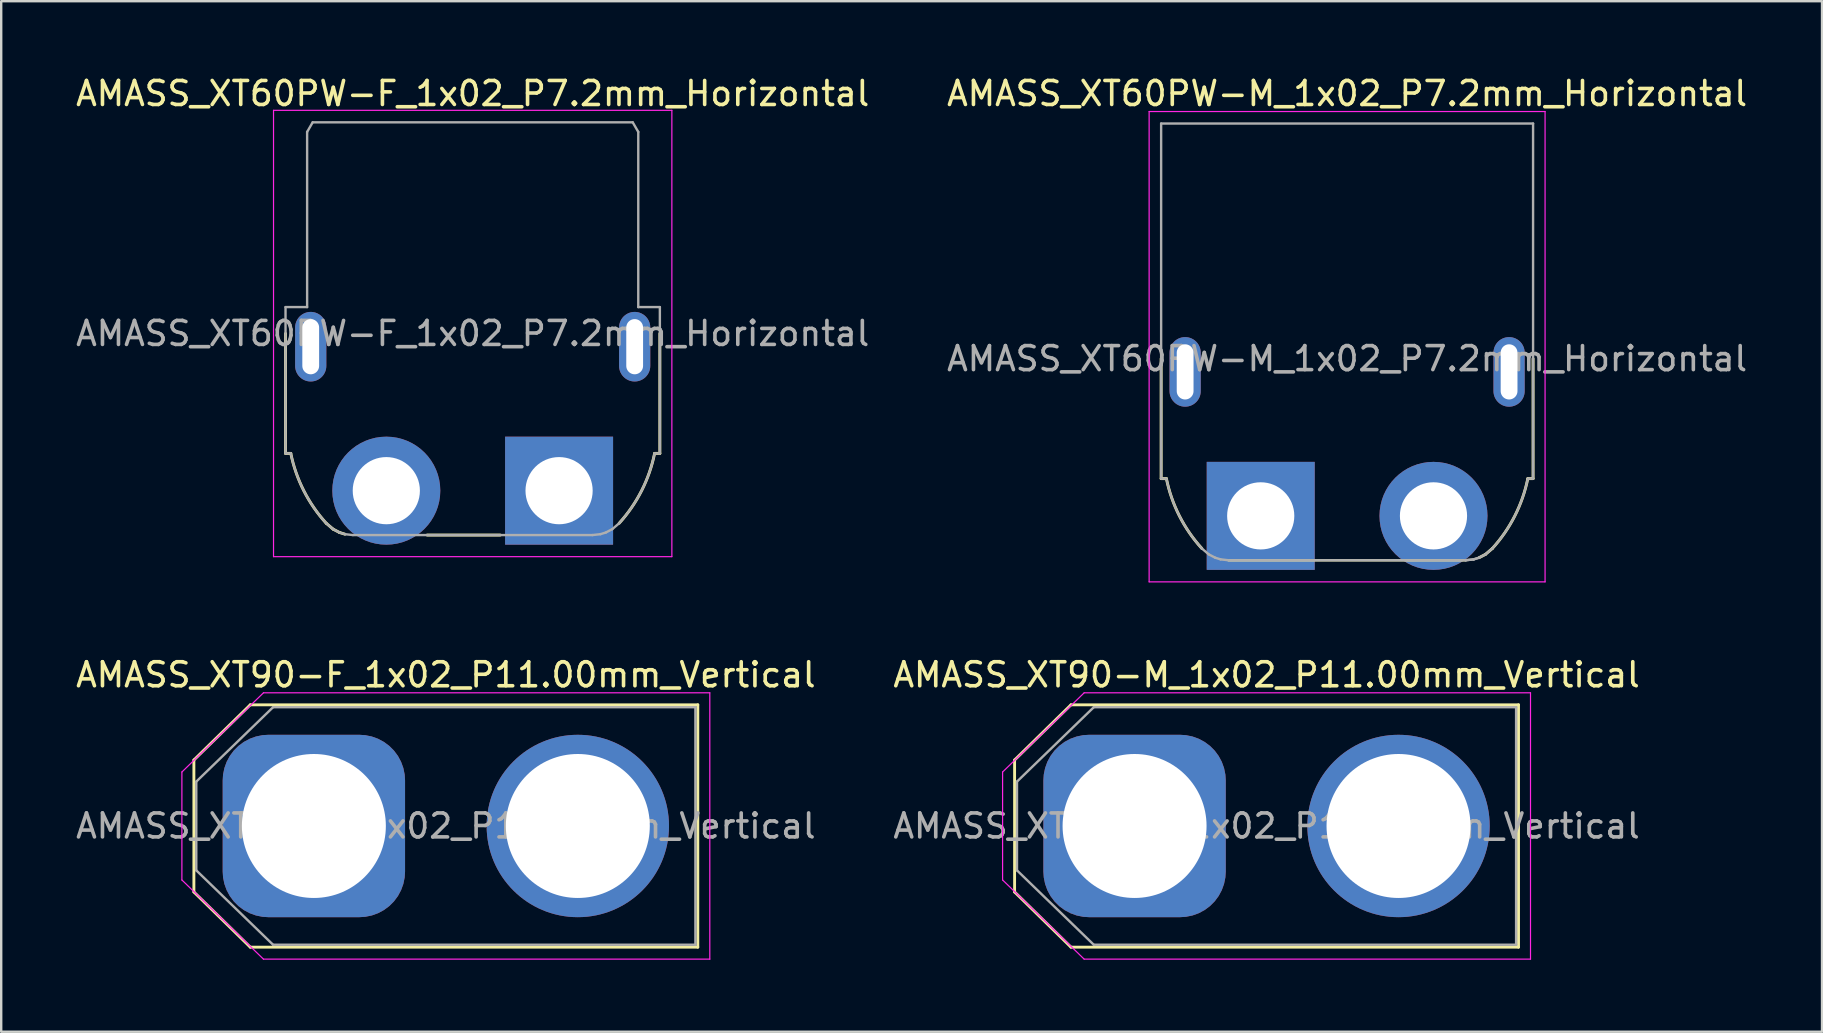
<source format=kicad_pcb>
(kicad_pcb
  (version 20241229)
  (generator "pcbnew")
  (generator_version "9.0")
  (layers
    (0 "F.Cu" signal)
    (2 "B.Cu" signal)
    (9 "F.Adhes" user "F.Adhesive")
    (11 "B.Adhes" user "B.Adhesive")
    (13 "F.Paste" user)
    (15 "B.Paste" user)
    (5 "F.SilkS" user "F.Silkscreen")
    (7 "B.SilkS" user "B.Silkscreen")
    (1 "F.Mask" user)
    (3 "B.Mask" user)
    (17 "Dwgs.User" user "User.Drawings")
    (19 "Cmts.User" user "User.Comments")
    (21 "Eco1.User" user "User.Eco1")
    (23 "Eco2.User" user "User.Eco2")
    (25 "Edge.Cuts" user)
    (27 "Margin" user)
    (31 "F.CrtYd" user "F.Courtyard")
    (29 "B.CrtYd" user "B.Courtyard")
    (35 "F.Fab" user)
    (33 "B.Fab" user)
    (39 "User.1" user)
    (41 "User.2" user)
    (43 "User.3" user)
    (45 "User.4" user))
  (footprint "AMASS_XT60PW-M_1x02_P7.2mm_Horizontal"
    (layer "F.Cu")
    (at 49.489 18.448)
    (property "Reference" "AMASS_XT60PW-M_1x02_P7.2mm_Horizontal" (at 3.6 -17.6 0) (layer "F.SilkS") (effects (font (size 1 1) (thickness 0.15))))
    (attr through_hole)
    (fp_line (start -4.15 -1.553) (end -4.15 -6.55) (stroke (width 0.12) (type solid)) (layer "F.SilkS"))
    (fp_line (start -3.93 -1.553) (end -4.15 -1.553) (stroke (width 0.12) (type solid)) (layer "F.SilkS"))
    (fp_line (start -1.342 1.85) (end 8.542 1.85) (stroke (width 0.1) (type solid)) (layer "F.SilkS"))
    (fp_line (start 9.367 1.603) (end 9.102 1.742) (stroke (width 0.12) (type solid)) (layer "F.SilkS"))
    (fp_line (start 9.654 1.358) (end 9.367 1.603) (stroke (width 0.12) (type solid)) (layer "F.SilkS"))
    (fp_line (start 11.13 -1.553) (end 11.35 -1.553) (stroke (width 0.12) (type solid)) (layer "F.SilkS"))
    (fp_line (start 11.35 -1.553) (end 11.35 -6.55) (stroke (width 0.12) (type solid)) (layer "F.SilkS"))
    (fp_arc (start -2.453678 1.357451) (mid -3.388714 0.002214) (end -3.930286 -1.552668) (stroke (width 0.12) (type solid)) (layer "F.SilkS"))
    (fp_arc (start 11.130243 -1.552453) (mid 10.588618 0.002406) (end 9.653538 1.357607) (stroke (width 0.12) (type solid)) (layer "F.SilkS"))
    (fp_line (start -4.65 -16.85) (end 11.85 -16.85) (stroke (width 0.05) (type solid)) (layer "F.CrtYd"))
    (fp_line (start -4.65 2.75) (end -4.65 -16.85) (stroke (width 0.05) (type solid)) (layer "F.CrtYd"))
    (fp_line (start 11.85 -16.85) (end 11.85 2.75) (stroke (width 0.05) (type solid)) (layer "F.CrtYd"))
    (fp_line (start 11.85 2.75) (end -4.65 2.75) (stroke (width 0.05) (type solid)) (layer "F.CrtYd"))
    (fp_line (start -4.15 -1.553) (end -4.15 -16.35) (stroke (width 0.1) (type solid)) (layer "F.Fab"))
    (fp_line (start -3.93 -1.553) (end -4.15 -1.553) (stroke (width 0.1) (type solid)) (layer "F.Fab"))
    (fp_line (start -2.167 1.603) (end -2.454 1.358) (stroke (width 0.1) (type solid)) (layer "F.Fab"))
    (fp_line (start -1.902 1.742) (end -2.167 1.603) (stroke (width 0.1) (type solid)) (layer "F.Fab"))
    (fp_line (start -1.902 1.742) (end -1.674 1.813) (stroke (width 0.1) (type solid)) (layer "F.Fab"))
    (fp_line (start -1.674 1.813) (end -1.342 1.85) (stroke (width 0.1) (type solid)) (layer "F.Fab"))
    (fp_line (start -1.342 1.85) (end 8.542 1.85) (stroke (width 0.1) (type solid)) (layer "F.Fab"))
    (fp_line (start 8.874 1.813) (end 8.542 1.85) (stroke (width 0.1) (type solid)) (layer "F.Fab"))
    (fp_line (start 8.874 1.813) (end 8.542 1.85) (stroke (width 0.1) (type solid)) (layer "F.Fab"))
    (fp_line (start 9.102 1.742) (end 8.874 1.813) (stroke (width 0.1) (type solid)) (layer "F.Fab"))
    (fp_line (start 9.102 1.742) (end 8.874 1.813) (stroke (width 0.1) (type solid)) (layer "F.Fab"))
    (fp_line (start 9.367 1.603) (end 9.102 1.742) (stroke (width 0.1) (type solid)) (layer "F.Fab"))
    (fp_line (start 9.654 1.358) (end 9.367 1.603) (stroke (width 0.1) (type solid)) (layer "F.Fab"))
    (fp_line (start 11.13 -1.553) (end 11.35 -1.553) (stroke (width 0.1) (type solid)) (layer "F.Fab"))
    (fp_line (start 11.35 -16.35) (end -4.15 -16.35) (stroke (width 0.1) (type solid)) (layer "F.Fab"))
    (fp_line (start 11.35 -16.35) (end 11.35 -1.553) (stroke (width 0.1) (type solid)) (layer "F.Fab"))
    (fp_arc (start -2.453536 1.357606) (mid -3.388666 0.002308) (end -3.930286 -1.552668) (stroke (width 0.1) (type solid)) (layer "F.Fab"))
    (fp_arc (start 11.130254 -1.552509) (mid 10.588631 0.002381) (end 9.653538 1.357607) (stroke (width 0.1) (type solid)) (layer "F.Fab"))
    (fp_text user "${REFERENCE}" (at 3.6 -6.55 0) (layer "F.Fab") (effects (font (size 1 1) (thickness 0.15))))
    (pad "" thru_hole oval (at -3.15 -6 90) (size 2.9 1.3) (drill oval 2.3 0.7) (layers "*.Cu" "*.Mask"))
    (pad "" thru_hole oval (at 10.35 -6 90) (size 2.9 1.3) (drill oval 2.3 0.7) (layers "*.Cu" "*.Mask"))
    (pad "1" thru_hole rect (at 0 0) (size 4.5 4.5) (drill 2.8) (layers "*.Cu" "*.Mask"))
    (pad "2" thru_hole circle (at 7.2 0 90) (size 4.5 4.5) (drill 2.8) (layers "*.Cu" "*.Mask")))
  (footprint "AMASS_XT60PW-F_1x02_P7.2mm_Horizontal"
    (layer "F.Cu")
    (at 20.249 17.398)
    (property "Reference" "AMASS_XT60PW-F_1x02_P7.2mm_Horizontal" (at -3.6 -16.55 0) (layer "F.SilkS") (effects (font (size 1 1) (thickness 0.15))))
    (attr through_hole)
    (fp_line (start -11.4 -6.55) (end -11.4 -1.553) (stroke (width 0.12) (type solid)) (layer "F.SilkS"))
    (fp_line (start -11.4 -1.553) (end -11.18 -1.553) (stroke (width 0.12) (type solid)) (layer "F.SilkS"))
    (fp_line (start -9.417 1.603) (end -9.704 1.358) (stroke (width 0.12) (type solid)) (layer "F.SilkS"))
    (fp_line (start -9.152 1.742) (end -9.417 1.603) (stroke (width 0.12) (type solid)) (layer "F.SilkS"))
    (fp_line (start -9.152 1.742) (end -8.924 1.813) (stroke (width 0.12) (type solid)) (layer "F.SilkS"))
    (fp_line (start -5.5 1.85) (end -2.45 1.85) (stroke (width 0.12) (type solid)) (layer "F.SilkS"))
    (fp_line (start 3.98 -1.553) (end 4.2 -1.553) (stroke (width 0.12) (type solid)) (layer "F.SilkS"))
    (fp_line (start 4.2 -6.55) (end 4.2 -1.553) (stroke (width 0.12) (type solid)) (layer "F.SilkS"))
    (fp_arc (start -9.703679 1.357451) (mid -10.638715 0.002214) (end -11.180287 -1.552668) (stroke (width 0.12) (type solid)) (layer "F.SilkS"))
    (fp_arc (start 3.980242 -1.552453) (mid 3.438617 0.002406) (end 2.503537 1.357607) (stroke (width 0.12) (type solid)) (layer "F.SilkS"))
    (fp_line (start -11.9 -15.85) (end 4.7 -15.85) (stroke (width 0.05) (type solid)) (layer "F.CrtYd"))
    (fp_line (start -11.9 2.75) (end -11.9 -15.85) (stroke (width 0.05) (type solid)) (layer "F.CrtYd"))
    (fp_line (start 4.7 -15.85) (end 4.7 2.75) (stroke (width 0.05) (type solid)) (layer "F.CrtYd"))
    (fp_line (start 4.7 2.75) (end -11.9 2.75) (stroke (width 0.05) (type solid)) (layer "F.CrtYd"))
    (fp_line (start -11.4 -7.65) (end -11.4 -1.553) (stroke (width 0.1) (type solid)) (layer "F.Fab"))
    (fp_line (start -11.4 -7.65) (end -10.5 -7.65) (stroke (width 0.1) (type solid)) (layer "F.Fab"))
    (fp_line (start -11.4 -1.553) (end -11.18 -1.553) (stroke (width 0.1) (type solid)) (layer "F.Fab"))
    (fp_line (start -10.5 -7.65) (end -10.5 -14.95) (stroke (width 0.1) (type solid)) (layer "F.Fab"))
    (fp_line (start -10.269 -15.35) (end -10.5 -14.95) (stroke (width 0.1) (type solid)) (layer "F.Fab"))
    (fp_line (start -10.269 -15.35) (end 3.069 -15.35) (stroke (width 0.1) (type solid)) (layer "F.Fab"))
    (fp_line (start -9.417 1.603) (end -9.704 1.358) (stroke (width 0.1) (type solid)) (layer "F.Fab"))
    (fp_line (start -9.152 1.742) (end -9.417 1.603) (stroke (width 0.1) (type solid)) (layer "F.Fab"))
    (fp_line (start -9.152 1.742) (end -8.924 1.813) (stroke (width 0.1) (type solid)) (layer "F.Fab"))
    (fp_line (start -8.924 1.813) (end -8.592 1.85) (stroke (width 0.1) (type solid)) (layer "F.Fab"))
    (fp_line (start -8.592 1.85) (end 1.392 1.85) (stroke (width 0.1) (type solid)) (layer "F.Fab"))
    (fp_line (start 1.724 1.813) (end 1.392 1.85) (stroke (width 0.1) (type solid)) (layer "F.Fab"))
    (fp_line (start 1.952 1.742) (end 1.724 1.813) (stroke (width 0.1) (type solid)) (layer "F.Fab"))
    (fp_line (start 2.217 1.603) (end 1.952 1.742) (stroke (width 0.1) (type solid)) (layer "F.Fab"))
    (fp_line (start 2.504 1.358) (end 2.217 1.603) (stroke (width 0.1) (type solid)) (layer "F.Fab"))
    (fp_line (start 3.3 -14.95) (end 3.069 -15.35) (stroke (width 0.1) (type solid)) (layer "F.Fab"))
    (fp_line (start 3.3 -7.65) (end 3.3 -14.95) (stroke (width 0.1) (type solid)) (layer "F.Fab"))
    (fp_line (start 3.3 -7.65) (end 4.2 -7.65) (stroke (width 0.1) (type solid)) (layer "F.Fab"))
    (fp_line (start 3.98 -1.553) (end 4.2 -1.553) (stroke (width 0.1) (type solid)) (layer "F.Fab"))
    (fp_line (start 4.2 -7.65) (end 4.2 -1.553) (stroke (width 0.1) (type solid)) (layer "F.Fab"))
    (fp_arc (start -9.703537 1.357606) (mid -10.638667 0.002308) (end -11.180287 -1.552668) (stroke (width 0.1) (type solid)) (layer "F.Fab"))
    (fp_arc (start 3.980253 -1.552509) (mid 3.43863 0.002381) (end 2.503537 1.357607) (stroke (width 0.1) (type solid)) (layer "F.Fab"))
    (fp_text user "${REFERENCE}" (at -3.6 -6.55 0) (layer "F.Fab") (effects (font (size 1 1) (thickness 0.15))))
    (pad "" thru_hole oval (at -10.35 -6 90) (size 2.9 1.3) (drill oval 2.3 0.7) (layers "*.Cu" "*.Mask"))
    (pad "" thru_hole oval (at 3.15 -6 90) (size 2.9 1.3) (drill oval 2.3 0.7) (layers "*.Cu" "*.Mask"))
    (pad "1" thru_hole rect (at 0 0 90) (size 4.5 4.5) (drill 2.8) (layers "*.Cu" "*.Mask"))
    (pad "2" thru_hole circle (at -7.2 0) (size 4.5 4.5) (drill 2.8) (layers "*.Cu" "*.Mask")))
  (footprint "AMASS_XT90-F_1x02_P11.00mm_Vertical"
    (layer "F.Cu")
    (at 10.03 31.372)
    (property "Reference" "AMASS_XT90-F_1x02_P11.00mm_Vertical" (at 5.5 -6.3 180) (layer "F.SilkS") (effects (font (size 1 1) (thickness 0.15))))
    (attr through_hole)
    (fp_line (start -5 -2.75) (end -5 2.75) (stroke (width 0.12) (type solid)) (layer "F.SilkS"))
    (fp_line (start -5 2.75) (end -2.65 5.05) (stroke (width 0.12) (type solid)) (layer "F.SilkS"))
    (fp_line (start -2.65 -5.05) (end -5 -2.75) (stroke (width 0.12) (type solid)) (layer "F.SilkS"))
    (fp_line (start -2.65 5.05) (end 16 5.05) (stroke (width 0.12) (type solid)) (layer "F.SilkS"))
    (fp_line (start 16 -5.05) (end -2.65 -5.05) (stroke (width 0.12) (type solid)) (layer "F.SilkS"))
    (fp_line (start 16 5.05) (end 16 -5.05) (stroke (width 0.12) (type solid)) (layer "F.SilkS"))
    (fp_line (start -5.5 -2.25) (end -2.1 -5.55) (stroke (width 0.05) (type solid)) (layer "F.CrtYd"))
    (fp_line (start -5.5 2.25) (end -5.5 -2.25) (stroke (width 0.05) (type solid)) (layer "F.CrtYd"))
    (fp_line (start -2.1 -5.55) (end 16.5 -5.55) (stroke (width 0.05) (type solid)) (layer "F.CrtYd"))
    (fp_line (start -2.1 5.55) (end -5.5 2.25) (stroke (width 0.05) (type solid)) (layer "F.CrtYd"))
    (fp_line (start 16.5 -5.55) (end 16.5 5.55) (stroke (width 0.05) (type solid)) (layer "F.CrtYd"))
    (fp_line (start 16.5 5.55) (end -2.1 5.55) (stroke (width 0.05) (type solid)) (layer "F.CrtYd"))
    (fp_line (start -4.9 -1.85) (end -4.9 1.85) (stroke (width 0.1) (type solid)) (layer "F.Fab"))
    (fp_line (start -4.9 1.85) (end -1.7 4.95) (stroke (width 0.1) (type solid)) (layer "F.Fab"))
    (fp_line (start -1.7 -4.95) (end -4.9 -1.85) (stroke (width 0.1) (type solid)) (layer "F.Fab"))
    (fp_line (start -1.7 4.95) (end 15.9 4.95) (stroke (width 0.1) (type solid)) (layer "F.Fab"))
    (fp_line (start 15.9 -4.95) (end -1.7 -4.95) (stroke (width 0.1) (type solid)) (layer "F.Fab"))
    (fp_line (start 15.9 4.95) (end 15.9 -4.95) (stroke (width 0.1) (type solid)) (layer "F.Fab"))
    (fp_text user "${REFERENCE}" (at 5.5 0 0) (layer "F.Fab") (effects (font (size 1 1) (thickness 0.15))))
    (pad "1" thru_hole roundrect (at 0 0) (size 7.6 7.6) (drill 6) (layers "*.Cu" "*.Mask") (roundrect_rratio 0.25))
    (pad "2" thru_hole circle (at 11 0) (size 7.6 7.6) (drill 6) (layers "*.Cu" "*.Mask")))
  (footprint "AMASS_XT90-M_1x02_P11.00mm_Vertical"
    (layer "F.Cu")
    (at 44.232 31.372)
    (property "Reference" "AMASS_XT90-M_1x02_P11.00mm_Vertical" (at 5.5 -6.3 180) (layer "F.SilkS") (effects (font (size 1 1) (thickness 0.15))))
    (attr through_hole)
    (fp_line (start -5 -2.75) (end -5 2.75) (stroke (width 0.12) (type solid)) (layer "F.SilkS"))
    (fp_line (start -5 2.75) (end -2.65 5.05) (stroke (width 0.12) (type solid)) (layer "F.SilkS"))
    (fp_line (start -2.65 -5.05) (end -5 -2.75) (stroke (width 0.12) (type solid)) (layer "F.SilkS"))
    (fp_line (start -2.65 5.05) (end 16 5.05) (stroke (width 0.12) (type solid)) (layer "F.SilkS"))
    (fp_line (start 16 -5.05) (end -2.65 -5.05) (stroke (width 0.12) (type solid)) (layer "F.SilkS"))
    (fp_line (start 16 5.05) (end 16 -5.05) (stroke (width 0.12) (type solid)) (layer "F.SilkS"))
    (fp_line (start -5.5 -2.25) (end -2.1 -5.55) (stroke (width 0.05) (type solid)) (layer "F.CrtYd"))
    (fp_line (start -5.5 2.25) (end -5.5 -2.25) (stroke (width 0.05) (type solid)) (layer "F.CrtYd"))
    (fp_line (start -2.1 -5.55) (end 16.5 -5.55) (stroke (width 0.05) (type solid)) (layer "F.CrtYd"))
    (fp_line (start -2.1 5.55) (end -5.5 2.25) (stroke (width 0.05) (type solid)) (layer "F.CrtYd"))
    (fp_line (start 16.5 -5.55) (end 16.5 5.55) (stroke (width 0.05) (type solid)) (layer "F.CrtYd"))
    (fp_line (start 16.5 5.55) (end -2.1 5.55) (stroke (width 0.05) (type solid)) (layer "F.CrtYd"))
    (fp_line (start -4.9 -1.85) (end -4.9 1.85) (stroke (width 0.1) (type solid)) (layer "F.Fab"))
    (fp_line (start -4.9 1.85) (end -1.7 4.95) (stroke (width 0.1) (type solid)) (layer "F.Fab"))
    (fp_line (start -1.7 -4.95) (end -4.9 -1.85) (stroke (width 0.1) (type solid)) (layer "F.Fab"))
    (fp_line (start -1.7 4.95) (end 15.9 4.95) (stroke (width 0.1) (type solid)) (layer "F.Fab"))
    (fp_line (start 15.9 -4.95) (end -1.7 -4.95) (stroke (width 0.1) (type solid)) (layer "F.Fab"))
    (fp_line (start 15.9 4.95) (end 15.9 -4.95) (stroke (width 0.1) (type solid)) (layer "F.Fab"))
    (fp_text user "${REFERENCE}" (at 5.5 0 0) (layer "F.Fab") (effects (font (size 1 1) (thickness 0.15))))
    (pad "1" thru_hole roundrect (at 0 0) (size 7.6 7.6) (drill 6) (layers "*.Cu" "*.Mask") (roundrect_rratio 0.25))
    (pad "2" thru_hole circle (at 11 0) (size 7.6 7.6) (drill 6) (layers "*.Cu" "*.Mask")))
  (gr_rect
    (start -3 -3)
    (end 72.881 39.947)
    (stroke (width 0.1) (type default))
    (fill no)
    (layer "Edge.Cuts")))
</source>
